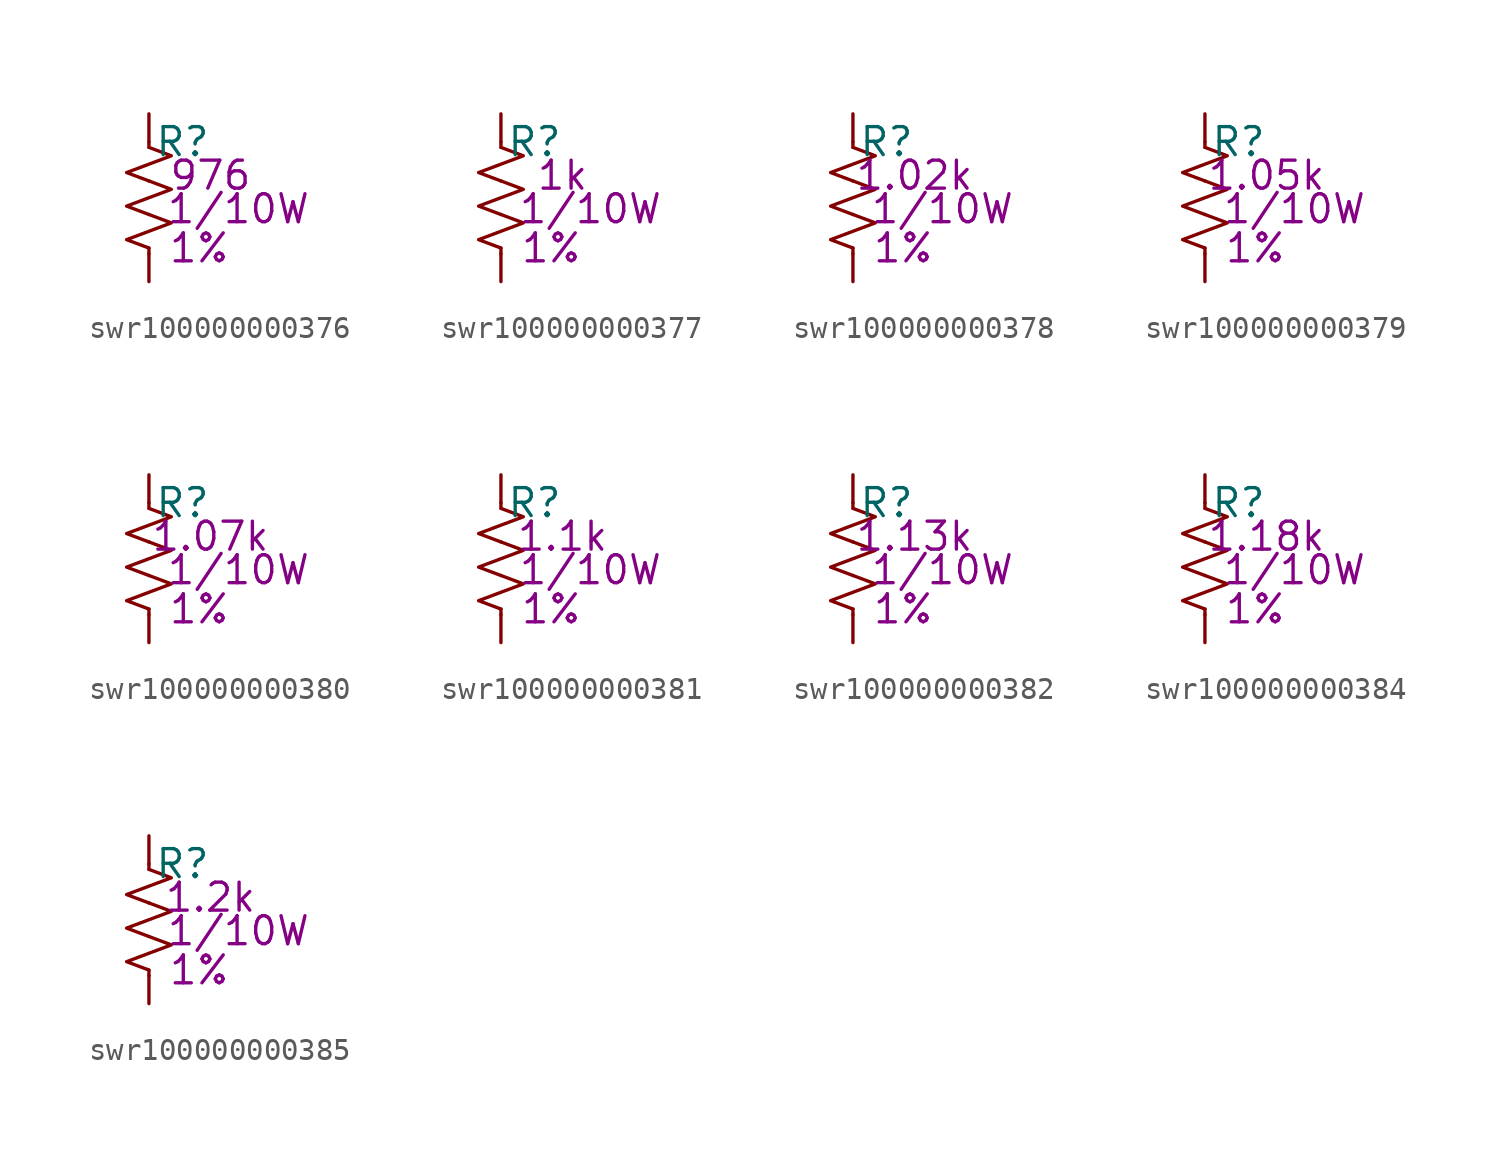
<source format=kicad_sym>
(kicad_symbol_lib
  (version 20211014)
  (generator kicad_symbol_editor)
  (symbol "swr100000000376"
    (pin_numbers hide)
    (pin_names
      (offset 1.016))
    (property "Reference" "R"
      (at 1.524 2.54 0)
      (effects (font (size 1.27 1.27))))
    (property "Tolerance" "1%"
      (at 2.286 -2.286 0)
      (effects (font (size 1.27 1.27))))
    (property "Wattage" "1/10W"
      (at 4.064 -0.508 0)
      (effects (font (size 1.27 1.27))))
    (property "PartValue" "976"
      (at 2.794 1.016 0)
      (effects (font (size 1.27 1.27))))
    (symbol "swr100000000376_1_1"
      (polyline (pts (xy 0 -2.286) (xy 0 -2.54)) (stroke (width 0) (type default) (color 0 0 0 0)) (fill (type none)))
      (polyline (pts (xy 0 2.286) (xy 0 2.54)) (stroke (width 0) (type default) (color 0 0 0 0)) (fill (type none)))
      (polyline (pts (xy 0 -0.762) (xy 1.016 -1.143) (xy 0 -1.524) (xy -1.016 -1.905) (xy 0 -2.286)) (stroke (width 0) (type default) (color 0 0 0 0)) (fill (type none)))
      (polyline (pts (xy 0 0.762) (xy 1.016 0.381) (xy 0 0) (xy -1.016 -0.381) (xy 0 -0.762)) (stroke (width 0) (type default) (color 0 0 0 0)) (fill (type none)))
      (polyline (pts (xy 0 2.286) (xy 1.016 1.905) (xy 0 1.524) (xy -1.016 1.143) (xy 0 0.762)) (stroke (width 0) (type default) (color 0 0 0 0)) (fill (type none)))
      (pin passive line (at 0 3.81 270) (length 1.27) (name "~" (effects (font (size 1.27 1.27)))) (number "1" (effects (font (size 1.27 1.27)))))
      (pin passive line (at 0 -3.81 90) (length 1.27) (name "~" (effects (font (size 1.27 1.27)))) (number "2" (effects (font (size 1.27 1.27)))))))
  (symbol "swr100000000377"
    (pin_numbers hide)
    (pin_names
      (offset 1.016))
    (property "Reference" "R"
      (at 1.524 2.54 0)
      (effects (font (size 1.27 1.27))))
    (property "Tolerance" "1%"
      (at 2.286 -2.286 0)
      (effects (font (size 1.27 1.27))))
    (property "Wattage" "1/10W"
      (at 4.064 -0.508 0)
      (effects (font (size 1.27 1.27))))
    (property "PartValue" "1k"
      (at 2.794 1.016 0)
      (effects (font (size 1.27 1.27))))
    (symbol "swr100000000377_1_1"
      (polyline (pts (xy 0 -2.286) (xy 0 -2.54)) (stroke (width 0) (type default) (color 0 0 0 0)) (fill (type none)))
      (polyline (pts (xy 0 2.286) (xy 0 2.54)) (stroke (width 0) (type default) (color 0 0 0 0)) (fill (type none)))
      (polyline (pts (xy 0 -0.762) (xy 1.016 -1.143) (xy 0 -1.524) (xy -1.016 -1.905) (xy 0 -2.286)) (stroke (width 0) (type default) (color 0 0 0 0)) (fill (type none)))
      (polyline (pts (xy 0 0.762) (xy 1.016 0.381) (xy 0 0) (xy -1.016 -0.381) (xy 0 -0.762)) (stroke (width 0) (type default) (color 0 0 0 0)) (fill (type none)))
      (polyline (pts (xy 0 2.286) (xy 1.016 1.905) (xy 0 1.524) (xy -1.016 1.143) (xy 0 0.762)) (stroke (width 0) (type default) (color 0 0 0 0)) (fill (type none)))
      (pin passive line (at 0 3.81 270) (length 1.27) (name "~" (effects (font (size 1.27 1.27)))) (number "1" (effects (font (size 1.27 1.27)))))
      (pin passive line (at 0 -3.81 90) (length 1.27) (name "~" (effects (font (size 1.27 1.27)))) (number "2" (effects (font (size 1.27 1.27)))))))
  (symbol "swr100000000378"
    (pin_numbers hide)
    (pin_names
      (offset 1.016))
    (property "Reference" "R"
      (at 1.524 2.54 0)
      (effects (font (size 1.27 1.27))))
    (property "Tolerance" "1%"
      (at 2.286 -2.286 0)
      (effects (font (size 1.27 1.27))))
    (property "Wattage" "1/10W"
      (at 4.064 -0.508 0)
      (effects (font (size 1.27 1.27))))
    (property "PartValue" "1.02k"
      (at 2.794 1.016 0)
      (effects (font (size 1.27 1.27))))
    (symbol "swr100000000378_1_1"
      (polyline (pts (xy 0 -2.286) (xy 0 -2.54)) (stroke (width 0) (type default) (color 0 0 0 0)) (fill (type none)))
      (polyline (pts (xy 0 2.286) (xy 0 2.54)) (stroke (width 0) (type default) (color 0 0 0 0)) (fill (type none)))
      (polyline (pts (xy 0 -0.762) (xy 1.016 -1.143) (xy 0 -1.524) (xy -1.016 -1.905) (xy 0 -2.286)) (stroke (width 0) (type default) (color 0 0 0 0)) (fill (type none)))
      (polyline (pts (xy 0 0.762) (xy 1.016 0.381) (xy 0 0) (xy -1.016 -0.381) (xy 0 -0.762)) (stroke (width 0) (type default) (color 0 0 0 0)) (fill (type none)))
      (polyline (pts (xy 0 2.286) (xy 1.016 1.905) (xy 0 1.524) (xy -1.016 1.143) (xy 0 0.762)) (stroke (width 0) (type default) (color 0 0 0 0)) (fill (type none)))
      (pin passive line (at 0 3.81 270) (length 1.27) (name "~" (effects (font (size 1.27 1.27)))) (number "1" (effects (font (size 1.27 1.27)))))
      (pin passive line (at 0 -3.81 90) (length 1.27) (name "~" (effects (font (size 1.27 1.27)))) (number "2" (effects (font (size 1.27 1.27)))))))
  (symbol "swr100000000379"
    (pin_numbers hide)
    (pin_names
      (offset 1.016))
    (property "Reference" "R"
      (at 1.524 2.54 0)
      (effects (font (size 1.27 1.27))))
    (property "Tolerance" "1%"
      (at 2.286 -2.286 0)
      (effects (font (size 1.27 1.27))))
    (property "Wattage" "1/10W"
      (at 4.064 -0.508 0)
      (effects (font (size 1.27 1.27))))
    (property "PartValue" "1.05k"
      (at 2.794 1.016 0)
      (effects (font (size 1.27 1.27))))
    (symbol "swr100000000379_1_1"
      (polyline (pts (xy 0 -2.286) (xy 0 -2.54)) (stroke (width 0) (type default) (color 0 0 0 0)) (fill (type none)))
      (polyline (pts (xy 0 2.286) (xy 0 2.54)) (stroke (width 0) (type default) (color 0 0 0 0)) (fill (type none)))
      (polyline (pts (xy 0 -0.762) (xy 1.016 -1.143) (xy 0 -1.524) (xy -1.016 -1.905) (xy 0 -2.286)) (stroke (width 0) (type default) (color 0 0 0 0)) (fill (type none)))
      (polyline (pts (xy 0 0.762) (xy 1.016 0.381) (xy 0 0) (xy -1.016 -0.381) (xy 0 -0.762)) (stroke (width 0) (type default) (color 0 0 0 0)) (fill (type none)))
      (polyline (pts (xy 0 2.286) (xy 1.016 1.905) (xy 0 1.524) (xy -1.016 1.143) (xy 0 0.762)) (stroke (width 0) (type default) (color 0 0 0 0)) (fill (type none)))
      (pin passive line (at 0 3.81 270) (length 1.27) (name "~" (effects (font (size 1.27 1.27)))) (number "1" (effects (font (size 1.27 1.27)))))
      (pin passive line (at 0 -3.81 90) (length 1.27) (name "~" (effects (font (size 1.27 1.27)))) (number "2" (effects (font (size 1.27 1.27)))))))
  (symbol "swr100000000380"
    (pin_numbers hide)
    (pin_names
      (offset 1.016))
    (property "Reference" "R"
      (at 1.524 2.54 0)
      (effects (font (size 1.27 1.27))))
    (property "Tolerance" "1%"
      (at 2.286 -2.286 0)
      (effects (font (size 1.27 1.27))))
    (property "Wattage" "1/10W"
      (at 4.064 -0.508 0)
      (effects (font (size 1.27 1.27))))
    (property "PartValue" "1.07k"
      (at 2.794 1.016 0)
      (effects (font (size 1.27 1.27))))
    (symbol "swr100000000380_1_1"
      (polyline (pts (xy 0 -2.286) (xy 0 -2.54)) (stroke (width 0) (type default) (color 0 0 0 0)) (fill (type none)))
      (polyline (pts (xy 0 2.286) (xy 0 2.54)) (stroke (width 0) (type default) (color 0 0 0 0)) (fill (type none)))
      (polyline (pts (xy 0 -0.762) (xy 1.016 -1.143) (xy 0 -1.524) (xy -1.016 -1.905) (xy 0 -2.286)) (stroke (width 0) (type default) (color 0 0 0 0)) (fill (type none)))
      (polyline (pts (xy 0 0.762) (xy 1.016 0.381) (xy 0 0) (xy -1.016 -0.381) (xy 0 -0.762)) (stroke (width 0) (type default) (color 0 0 0 0)) (fill (type none)))
      (polyline (pts (xy 0 2.286) (xy 1.016 1.905) (xy 0 1.524) (xy -1.016 1.143) (xy 0 0.762)) (stroke (width 0) (type default) (color 0 0 0 0)) (fill (type none)))
      (pin passive line (at 0 3.81 270) (length 1.27) (name "~" (effects (font (size 1.27 1.27)))) (number "1" (effects (font (size 1.27 1.27)))))
      (pin passive line (at 0 -3.81 90) (length 1.27) (name "~" (effects (font (size 1.27 1.27)))) (number "2" (effects (font (size 1.27 1.27)))))))
  (symbol "swr100000000381"
    (pin_numbers hide)
    (pin_names
      (offset 1.016))
    (property "Reference" "R"
      (at 1.524 2.54 0)
      (effects (font (size 1.27 1.27))))
    (property "Tolerance" "1%"
      (at 2.286 -2.286 0)
      (effects (font (size 1.27 1.27))))
    (property "Wattage" "1/10W"
      (at 4.064 -0.508 0)
      (effects (font (size 1.27 1.27))))
    (property "PartValue" "1.1k"
      (at 2.794 1.016 0)
      (effects (font (size 1.27 1.27))))
    (symbol "swr100000000381_1_1"
      (polyline (pts (xy 0 -2.286) (xy 0 -2.54)) (stroke (width 0) (type default) (color 0 0 0 0)) (fill (type none)))
      (polyline (pts (xy 0 2.286) (xy 0 2.54)) (stroke (width 0) (type default) (color 0 0 0 0)) (fill (type none)))
      (polyline (pts (xy 0 -0.762) (xy 1.016 -1.143) (xy 0 -1.524) (xy -1.016 -1.905) (xy 0 -2.286)) (stroke (width 0) (type default) (color 0 0 0 0)) (fill (type none)))
      (polyline (pts (xy 0 0.762) (xy 1.016 0.381) (xy 0 0) (xy -1.016 -0.381) (xy 0 -0.762)) (stroke (width 0) (type default) (color 0 0 0 0)) (fill (type none)))
      (polyline (pts (xy 0 2.286) (xy 1.016 1.905) (xy 0 1.524) (xy -1.016 1.143) (xy 0 0.762)) (stroke (width 0) (type default) (color 0 0 0 0)) (fill (type none)))
      (pin passive line (at 0 3.81 270) (length 1.27) (name "~" (effects (font (size 1.27 1.27)))) (number "1" (effects (font (size 1.27 1.27)))))
      (pin passive line (at 0 -3.81 90) (length 1.27) (name "~" (effects (font (size 1.27 1.27)))) (number "2" (effects (font (size 1.27 1.27)))))))
  (symbol "swr100000000382"
    (pin_numbers hide)
    (pin_names
      (offset 1.016))
    (property "Reference" "R"
      (at 1.524 2.54 0)
      (effects (font (size 1.27 1.27))))
    (property "Tolerance" "1%"
      (at 2.286 -2.286 0)
      (effects (font (size 1.27 1.27))))
    (property "Wattage" "1/10W"
      (at 4.064 -0.508 0)
      (effects (font (size 1.27 1.27))))
    (property "PartValue" "1.13k"
      (at 2.794 1.016 0)
      (effects (font (size 1.27 1.27))))
    (symbol "swr100000000382_1_1"
      (polyline (pts (xy 0 -2.286) (xy 0 -2.54)) (stroke (width 0) (type default) (color 0 0 0 0)) (fill (type none)))
      (polyline (pts (xy 0 2.286) (xy 0 2.54)) (stroke (width 0) (type default) (color 0 0 0 0)) (fill (type none)))
      (polyline (pts (xy 0 -0.762) (xy 1.016 -1.143) (xy 0 -1.524) (xy -1.016 -1.905) (xy 0 -2.286)) (stroke (width 0) (type default) (color 0 0 0 0)) (fill (type none)))
      (polyline (pts (xy 0 0.762) (xy 1.016 0.381) (xy 0 0) (xy -1.016 -0.381) (xy 0 -0.762)) (stroke (width 0) (type default) (color 0 0 0 0)) (fill (type none)))
      (polyline (pts (xy 0 2.286) (xy 1.016 1.905) (xy 0 1.524) (xy -1.016 1.143) (xy 0 0.762)) (stroke (width 0) (type default) (color 0 0 0 0)) (fill (type none)))
      (pin passive line (at 0 3.81 270) (length 1.27) (name "~" (effects (font (size 1.27 1.27)))) (number "1" (effects (font (size 1.27 1.27)))))
      (pin passive line (at 0 -3.81 90) (length 1.27) (name "~" (effects (font (size 1.27 1.27)))) (number "2" (effects (font (size 1.27 1.27)))))))
  (symbol "swr100000000384"
    (pin_numbers hide)
    (pin_names
      (offset 1.016))
    (property "Reference" "R"
      (at 1.524 2.54 0)
      (effects (font (size 1.27 1.27))))
    (property "Tolerance" "1%"
      (at 2.286 -2.286 0)
      (effects (font (size 1.27 1.27))))
    (property "Wattage" "1/10W"
      (at 4.064 -0.508 0)
      (effects (font (size 1.27 1.27))))
    (property "PartValue" "1.18k"
      (at 2.794 1.016 0)
      (effects (font (size 1.27 1.27))))
    (symbol "swr100000000384_1_1"
      (polyline (pts (xy 0 -2.286) (xy 0 -2.54)) (stroke (width 0) (type default) (color 0 0 0 0)) (fill (type none)))
      (polyline (pts (xy 0 2.286) (xy 0 2.54)) (stroke (width 0) (type default) (color 0 0 0 0)) (fill (type none)))
      (polyline (pts (xy 0 -0.762) (xy 1.016 -1.143) (xy 0 -1.524) (xy -1.016 -1.905) (xy 0 -2.286)) (stroke (width 0) (type default) (color 0 0 0 0)) (fill (type none)))
      (polyline (pts (xy 0 0.762) (xy 1.016 0.381) (xy 0 0) (xy -1.016 -0.381) (xy 0 -0.762)) (stroke (width 0) (type default) (color 0 0 0 0)) (fill (type none)))
      (polyline (pts (xy 0 2.286) (xy 1.016 1.905) (xy 0 1.524) (xy -1.016 1.143) (xy 0 0.762)) (stroke (width 0) (type default) (color 0 0 0 0)) (fill (type none)))
      (pin passive line (at 0 3.81 270) (length 1.27) (name "~" (effects (font (size 1.27 1.27)))) (number "1" (effects (font (size 1.27 1.27)))))
      (pin passive line (at 0 -3.81 90) (length 1.27) (name "~" (effects (font (size 1.27 1.27)))) (number "2" (effects (font (size 1.27 1.27)))))))
  (symbol "swr100000000385"
    (pin_numbers hide)
    (pin_names
      (offset 1.016))
    (property "Reference" "R"
      (at 1.524 2.54 0)
      (effects (font (size 1.27 1.27))))
    (property "Tolerance" "1%"
      (at 2.286 -2.286 0)
      (effects (font (size 1.27 1.27))))
    (property "Wattage" "1/10W"
      (at 4.064 -0.508 0)
      (effects (font (size 1.27 1.27))))
    (property "PartValue" "1.2k"
      (at 2.794 1.016 0)
      (effects (font (size 1.27 1.27))))
    (symbol "swr100000000385_1_1"
      (polyline (pts (xy 0 -2.286) (xy 0 -2.54)) (stroke (width 0) (type default) (color 0 0 0 0)) (fill (type none)))
      (polyline (pts (xy 0 2.286) (xy 0 2.54)) (stroke (width 0) (type default) (color 0 0 0 0)) (fill (type none)))
      (polyline (pts (xy 0 -0.762) (xy 1.016 -1.143) (xy 0 -1.524) (xy -1.016 -1.905) (xy 0 -2.286)) (stroke (width 0) (type default) (color 0 0 0 0)) (fill (type none)))
      (polyline (pts (xy 0 0.762) (xy 1.016 0.381) (xy 0 0) (xy -1.016 -0.381) (xy 0 -0.762)) (stroke (width 0) (type default) (color 0 0 0 0)) (fill (type none)))
      (polyline (pts (xy 0 2.286) (xy 1.016 1.905) (xy 0 1.524) (xy -1.016 1.143) (xy 0 0.762)) (stroke (width 0) (type default) (color 0 0 0 0)) (fill (type none)))
      (pin passive line (at 0 3.81 270) (length 1.27) (name "~" (effects (font (size 1.27 1.27)))) (number "1" (effects (font (size 1.27 1.27)))))
      (pin passive line (at 0 -3.81 90) (length 1.27) (name "~" (effects (font (size 1.27 1.27)))) (number "2" (effects (font (size 1.27 1.27))))))))
</source>
